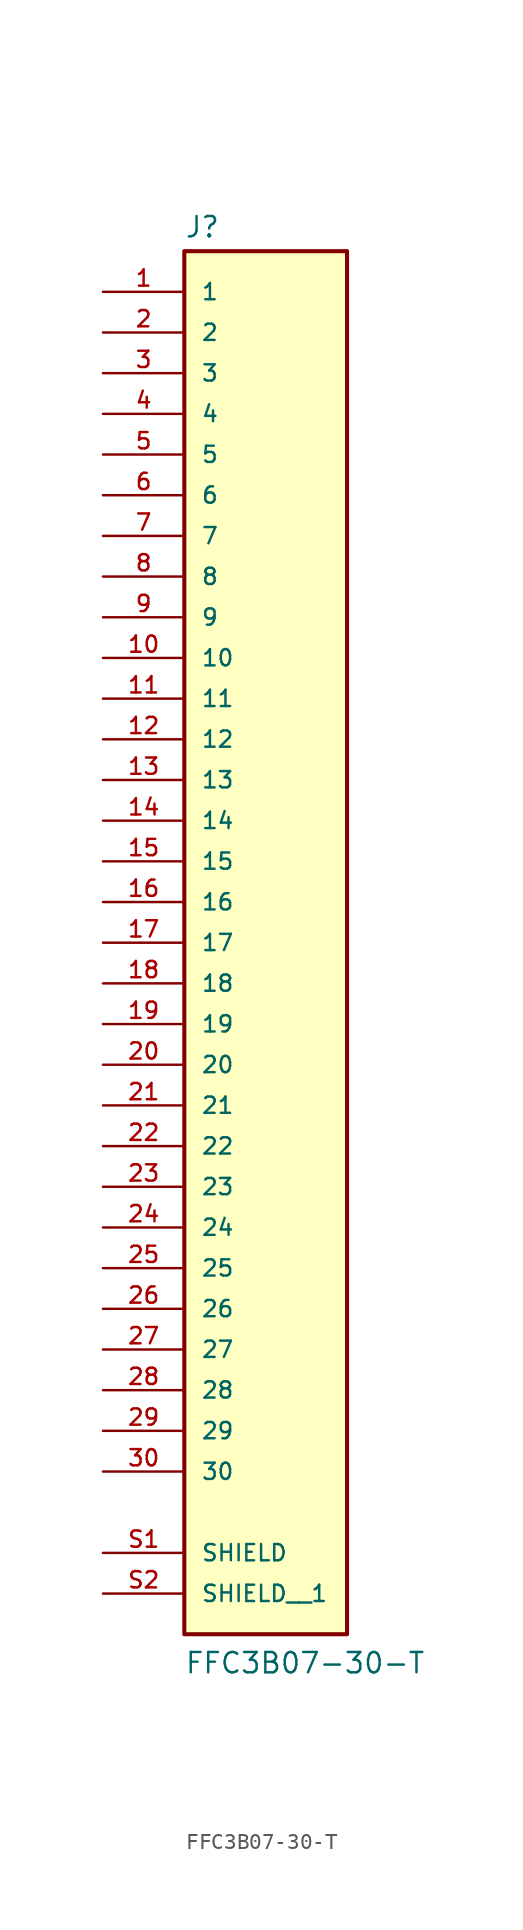
<source format=kicad_sym>
(kicad_symbol_lib
  (version 20211014)
  (generator kicad_symbol_editor)
  (symbol "FFC3B07-30-T"
    (pin_names
      (offset 1.016))
    (property "Reference" "J"
      (at -5.08 41.402 0)
      (effects (font (size 1.27 1.27)) (justify bottom left)))
    (property "Value" "FFC3B07-30-T"
      (at -5.08 -48.26 0)
      (effects (font (size 1.27 1.27)) (justify bottom left)))
    (symbol "FFC3B07-30-T_0_0"
      (rectangle (start -5.08 -45.72) (end 5.08 40.64) (stroke (width 0.254)) (fill (type background)))
      (pin passive line (at -10.16 38.1 0) (length 5.08) (name "1" (effects (font (size 1.016 1.016)))) (number "1" (effects (font (size 1.016 1.016)))))
      (pin passive line (at -10.16 35.56 0) (length 5.08) (name "2" (effects (font (size 1.016 1.016)))) (number "2" (effects (font (size 1.016 1.016)))))
      (pin passive line (at -10.16 33.02 0) (length 5.08) (name "3" (effects (font (size 1.016 1.016)))) (number "3" (effects (font (size 1.016 1.016)))))
      (pin passive line (at -10.16 30.48 0) (length 5.08) (name "4" (effects (font (size 1.016 1.016)))) (number "4" (effects (font (size 1.016 1.016)))))
      (pin passive line (at -10.16 -40.64 0) (length 5.08) (name "SHIELD" (effects (font (size 1.016 1.016)))) (number "S1" (effects (font (size 1.016 1.016)))))
      (pin passive line (at -10.16 27.94 0) (length 5.08) (name "5" (effects (font (size 1.016 1.016)))) (number "5" (effects (font (size 1.016 1.016)))))
      (pin passive line (at -10.16 25.4 0) (length 5.08) (name "6" (effects (font (size 1.016 1.016)))) (number "6" (effects (font (size 1.016 1.016)))))
      (pin passive line (at -10.16 22.86 0) (length 5.08) (name "7" (effects (font (size 1.016 1.016)))) (number "7" (effects (font (size 1.016 1.016)))))
      (pin passive line (at -10.16 20.32 0) (length 5.08) (name "8" (effects (font (size 1.016 1.016)))) (number "8" (effects (font (size 1.016 1.016)))))
      (pin passive line (at -10.16 17.78 0) (length 5.08) (name "9" (effects (font (size 1.016 1.016)))) (number "9" (effects (font (size 1.016 1.016)))))
      (pin passive line (at -10.16 15.24 0) (length 5.08) (name "10" (effects (font (size 1.016 1.016)))) (number "10" (effects (font (size 1.016 1.016)))))
      (pin passive line (at -10.16 12.7 0) (length 5.08) (name "11" (effects (font (size 1.016 1.016)))) (number "11" (effects (font (size 1.016 1.016)))))
      (pin passive line (at -10.16 10.16 0) (length 5.08) (name "12" (effects (font (size 1.016 1.016)))) (number "12" (effects (font (size 1.016 1.016)))))
      (pin passive line (at -10.16 7.62 0) (length 5.08) (name "13" (effects (font (size 1.016 1.016)))) (number "13" (effects (font (size 1.016 1.016)))))
      (pin passive line (at -10.16 5.08 0) (length 5.08) (name "14" (effects (font (size 1.016 1.016)))) (number "14" (effects (font (size 1.016 1.016)))))
      (pin passive line (at -10.16 2.54 0) (length 5.08) (name "15" (effects (font (size 1.016 1.016)))) (number "15" (effects (font (size 1.016 1.016)))))
      (pin passive line (at -10.16 0.0 0) (length 5.08) (name "16" (effects (font (size 1.016 1.016)))) (number "16" (effects (font (size 1.016 1.016)))))
      (pin passive line (at -10.16 -2.54 0) (length 5.08) (name "17" (effects (font (size 1.016 1.016)))) (number "17" (effects (font (size 1.016 1.016)))))
      (pin passive line (at -10.16 -5.08 0) (length 5.08) (name "18" (effects (font (size 1.016 1.016)))) (number "18" (effects (font (size 1.016 1.016)))))
      (pin passive line (at -10.16 -7.62 0) (length 5.08) (name "19" (effects (font (size 1.016 1.016)))) (number "19" (effects (font (size 1.016 1.016)))))
      (pin passive line (at -10.16 -10.16 0) (length 5.08) (name "20" (effects (font (size 1.016 1.016)))) (number "20" (effects (font (size 1.016 1.016)))))
      (pin passive line (at -10.16 -12.7 0) (length 5.08) (name "21" (effects (font (size 1.016 1.016)))) (number "21" (effects (font (size 1.016 1.016)))))
      (pin passive line (at -10.16 -15.24 0) (length 5.08) (name "22" (effects (font (size 1.016 1.016)))) (number "22" (effects (font (size 1.016 1.016)))))
      (pin passive line (at -10.16 -17.78 0) (length 5.08) (name "23" (effects (font (size 1.016 1.016)))) (number "23" (effects (font (size 1.016 1.016)))))
      (pin passive line (at -10.16 -20.32 0) (length 5.08) (name "24" (effects (font (size 1.016 1.016)))) (number "24" (effects (font (size 1.016 1.016)))))
      (pin passive line (at -10.16 -22.86 0) (length 5.08) (name "25" (effects (font (size 1.016 1.016)))) (number "25" (effects (font (size 1.016 1.016)))))
      (pin passive line (at -10.16 -25.4 0) (length 5.08) (name "26" (effects (font (size 1.016 1.016)))) (number "26" (effects (font (size 1.016 1.016)))))
      (pin passive line (at -10.16 -27.94 0) (length 5.08) (name "27" (effects (font (size 1.016 1.016)))) (number "27" (effects (font (size 1.016 1.016)))))
      (pin passive line (at -10.16 -30.48 0) (length 5.08) (name "28" (effects (font (size 1.016 1.016)))) (number "28" (effects (font (size 1.016 1.016)))))
      (pin passive line (at -10.16 -33.02 0) (length 5.08) (name "29" (effects (font (size 1.016 1.016)))) (number "29" (effects (font (size 1.016 1.016)))))
      (pin passive line (at -10.16 -35.56 0) (length 5.08) (name "30" (effects (font (size 1.016 1.016)))) (number "30" (effects (font (size 1.016 1.016)))))
      (pin passive line (at -10.16 -43.18 0) (length 5.08) (name "SHIELD__1" (effects (font (size 1.016 1.016)))) (number "S2" (effects (font (size 1.016 1.016))))))))
</source>
